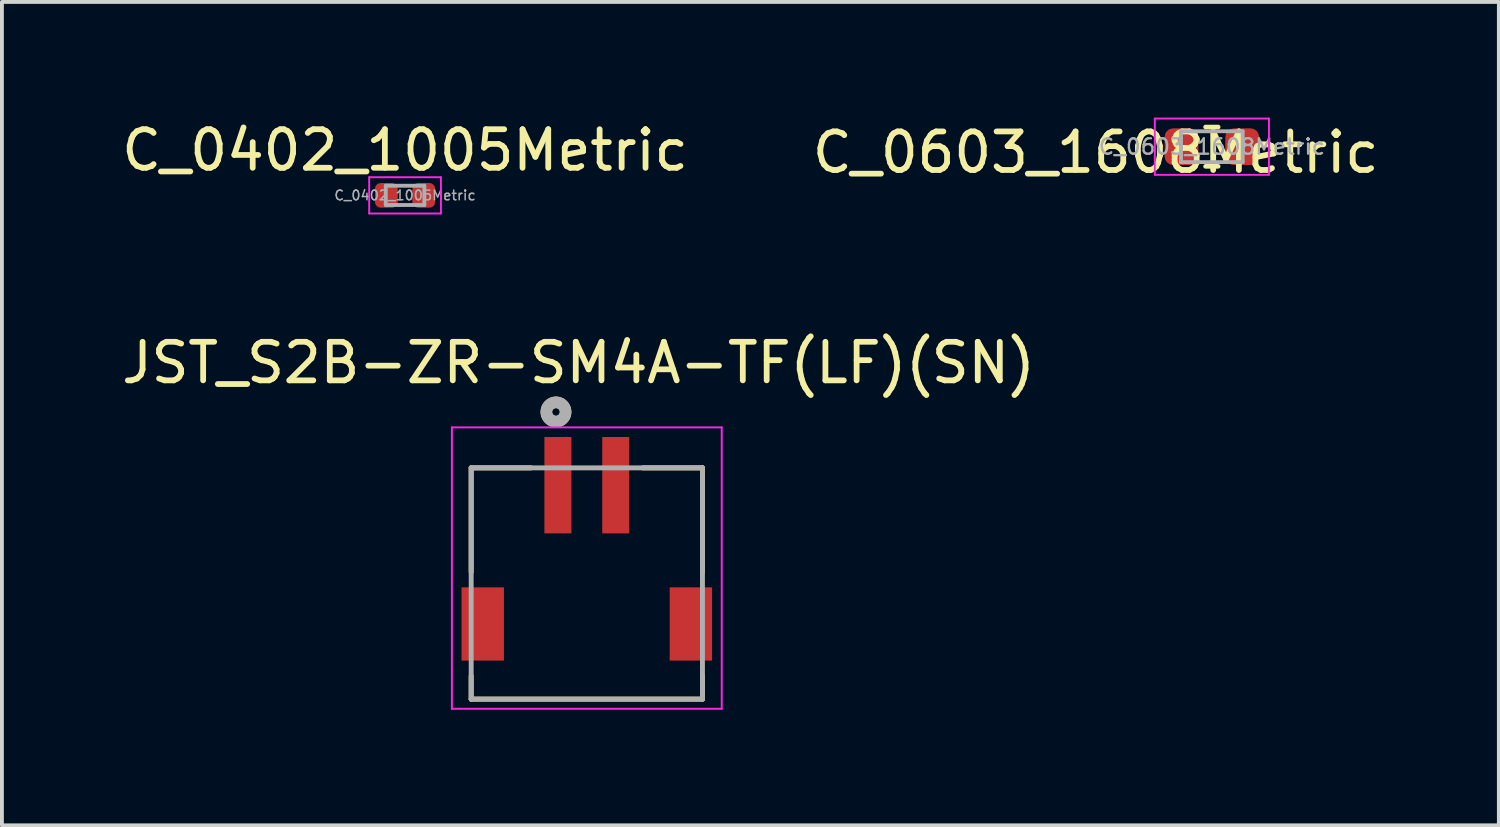
<source format=kicad_pcb>
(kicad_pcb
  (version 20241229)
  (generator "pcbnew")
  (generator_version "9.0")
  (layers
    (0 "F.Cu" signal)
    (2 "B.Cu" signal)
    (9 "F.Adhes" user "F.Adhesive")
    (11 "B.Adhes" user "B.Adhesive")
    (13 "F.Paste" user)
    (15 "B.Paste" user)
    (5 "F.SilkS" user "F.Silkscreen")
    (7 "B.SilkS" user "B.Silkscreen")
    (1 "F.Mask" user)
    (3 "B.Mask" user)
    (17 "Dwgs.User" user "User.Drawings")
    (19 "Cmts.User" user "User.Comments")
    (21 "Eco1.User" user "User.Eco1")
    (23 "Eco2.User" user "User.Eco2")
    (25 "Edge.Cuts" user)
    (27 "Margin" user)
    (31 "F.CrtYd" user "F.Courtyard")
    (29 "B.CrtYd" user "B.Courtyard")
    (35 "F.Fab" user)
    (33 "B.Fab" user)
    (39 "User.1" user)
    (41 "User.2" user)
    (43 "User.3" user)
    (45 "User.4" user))
  (footprint "C_0402_1005Metric"
    (layer "F.Cu")
    (at 7.458 2.018)
    (property "Reference" "C_0402_1005Metric" (at 0 -1.17 180) (layer "F.SilkS") (effects (font (size 1 1) (thickness 0.15))))
    (attr smd)
    (fp_line (start -0.93 -0.47) (end 0.93 -0.47) (stroke (width 0.05) (type solid)) (layer "F.CrtYd"))
    (fp_line (start -0.93 0.47) (end -0.93 -0.47) (stroke (width 0.05) (type solid)) (layer "F.CrtYd"))
    (fp_line (start 0.93 -0.47) (end 0.93 0.47) (stroke (width 0.05) (type solid)) (layer "F.CrtYd"))
    (fp_line (start 0.93 0.47) (end -0.93 0.47) (stroke (width 0.05) (type solid)) (layer "F.CrtYd"))
    (fp_line (start -0.5 -0.25) (end 0.5 -0.25) (stroke (width 0.1) (type solid)) (layer "F.Fab"))
    (fp_line (start -0.5 0.25) (end -0.5 -0.25) (stroke (width 0.1) (type solid)) (layer "F.Fab"))
    (fp_line (start 0.5 -0.25) (end 0.5 0.25) (stroke (width 0.1) (type solid)) (layer "F.Fab"))
    (fp_line (start 0.5 0.25) (end -0.5 0.25) (stroke (width 0.1) (type solid)) (layer "F.Fab"))
    (fp_text user "${REFERENCE}" (at 0 0 180) (layer "F.Fab") (effects (font (size 0.25 0.25) (thickness 0.04))))
    (pad "1" smd roundrect (at -0.485 0) (size 0.59 0.64) (layers "F.Cu" "F.Mask" "F.Paste") (roundrect_rratio 0.25))
    (pad "2" smd roundrect (at 0.485 0) (size 0.59 0.64) (layers "F.Cu" "F.Mask" "F.Paste") (roundrect_rratio 0.25)))
  (footprint "JST_S2B-ZR-SM4A-TF(LF)(SN)"
    (layer "F.Cu")
    (at 12.173 11.687)
    (property "Reference" "JST_S2B-ZR-SM4A-TF(LF)(SN)" (at -0.215 -5.325 0) (layer "F.SilkS") (effects (font (size 1 1) (thickness 0.15))))
    (attr through_hole)
    (fp_line (start -3 -2.6) (end -3 0.1) (stroke (width 0.127) (type solid)) (layer "F.SilkS"))
    (fp_line (start -3 2.8) (end -3 3.4) (stroke (width 0.127) (type solid)) (layer "F.SilkS"))
    (fp_line (start -3 3.4) (end 3 3.4) (stroke (width 0.127) (type solid)) (layer "F.SilkS"))
    (fp_line (start -1.45 -2.6) (end -3 -2.6) (stroke (width 0.127) (type solid)) (layer "F.SilkS"))
    (fp_line (start 1.45 -2.6) (end 3 -2.6) (stroke (width 0.127) (type solid)) (layer "F.SilkS"))
    (fp_line (start 3 -2.6) (end 3 0.1) (stroke (width 0.127) (type solid)) (layer "F.SilkS"))
    (fp_line (start 3 3.4) (end 3 2.8) (stroke (width 0.127) (type solid)) (layer "F.SilkS"))
    (fp_circle (center -0.8 -4.05) (end -0.7 -4.05) (stroke (width 0.3) (type solid)) (fill no) (layer "F.SilkS"))
    (fp_line (start -3.5 -3.65) (end 3.5 -3.65) (stroke (width 0.05) (type solid)) (layer "F.CrtYd"))
    (fp_line (start -3.5 3.65) (end -3.5 -3.65) (stroke (width 0.05) (type solid)) (layer "F.CrtYd"))
    (fp_line (start 3.5 -3.65) (end 3.5 3.65) (stroke (width 0.05) (type solid)) (layer "F.CrtYd"))
    (fp_line (start 3.5 3.65) (end -3.5 3.65) (stroke (width 0.05) (type solid)) (layer "F.CrtYd"))
    (fp_line (start -3 -2.6) (end 3 -2.6) (stroke (width 0.127) (type solid)) (layer "F.Fab"))
    (fp_line (start -3 3.4) (end -3 -2.6) (stroke (width 0.127) (type solid)) (layer "F.Fab"))
    (fp_line (start 3 -2.6) (end 3 3.4) (stroke (width 0.127) (type solid)) (layer "F.Fab"))
    (fp_line (start 3 3.4) (end -3 3.4) (stroke (width 0.127) (type solid)) (layer "F.Fab"))
    (fp_circle (center -0.8 -4.05) (end -0.7 -4.05) (stroke (width 0.3) (type solid)) (fill no) (layer "F.Fab"))
    (pad "1" smd rect (at -0.75 -2.15 180) (size 0.7 2.5) (layers "F.Cu" "F.Mask" "F.Paste"))
    (pad "2" smd rect (at 0.75 -2.15 180) (size 0.7 2.5) (layers "F.Cu" "F.Mask" "F.Paste"))
    (pad "MP" smd rect (at -2.7 1.45 180) (size 1.1 1.9) (layers "F.Cu" "F.Mask" "F.Paste"))
    (pad "MP" smd rect (at 2.7 1.45 180) (size 1.1 1.9) (layers "F.Cu" "F.Mask" "F.Paste")))
  (footprint "C_0603_1608Metric"
    (layer "F.Cu")
    (at 28.388 0.755)
    (property "Reference" "C_0603_1608Metric" (at -3.013 0.15 0) (layer "F.SilkS") (effects (font (size 1 1) (thickness 0.15))))
    (attr smd)
    (fp_line (start -0.163 -0.51) (end 0.163 -0.51) (stroke (width 0.12) (type solid)) (layer "F.SilkS"))
    (fp_line (start -0.163 0.51) (end 0.163 0.51) (stroke (width 0.12) (type solid)) (layer "F.SilkS"))
    (fp_line (start -1.48 -0.73) (end 1.48 -0.73) (stroke (width 0.05) (type solid)) (layer "F.CrtYd"))
    (fp_line (start -1.48 0.73) (end -1.48 -0.73) (stroke (width 0.05) (type solid)) (layer "F.CrtYd"))
    (fp_line (start 1.48 -0.73) (end 1.48 0.73) (stroke (width 0.05) (type solid)) (layer "F.CrtYd"))
    (fp_line (start 1.48 0.73) (end -1.48 0.73) (stroke (width 0.05) (type solid)) (layer "F.CrtYd"))
    (fp_line (start -0.8 -0.4) (end 0.8 -0.4) (stroke (width 0.1) (type solid)) (layer "F.Fab"))
    (fp_line (start -0.8 0.4) (end -0.8 -0.4) (stroke (width 0.1) (type solid)) (layer "F.Fab"))
    (fp_line (start 0.8 -0.4) (end 0.8 0.4) (stroke (width 0.1) (type solid)) (layer "F.Fab"))
    (fp_line (start 0.8 0.4) (end -0.8 0.4) (stroke (width 0.1) (type solid)) (layer "F.Fab"))
    (fp_text user "${REFERENCE}" (at 0 0 0) (layer "F.Fab") (effects (font (size 0.4 0.4) (thickness 0.06))))
    (pad "1" smd roundrect (at -0.787 0) (size 0.875 0.95) (layers "F.Cu" "F.Mask" "F.Paste") (roundrect_rratio 0.25))
    (pad "2" smd roundrect (at 0.787 0) (size 0.875 0.95) (layers "F.Cu" "F.Mask" "F.Paste") (roundrect_rratio 0.25)))
  (gr_rect
    (start -3 -3)
    (end 35.833 18.361)
    (stroke (width 0.1) (type default))
    (fill no)
    (layer "Edge.Cuts")))
</source>
